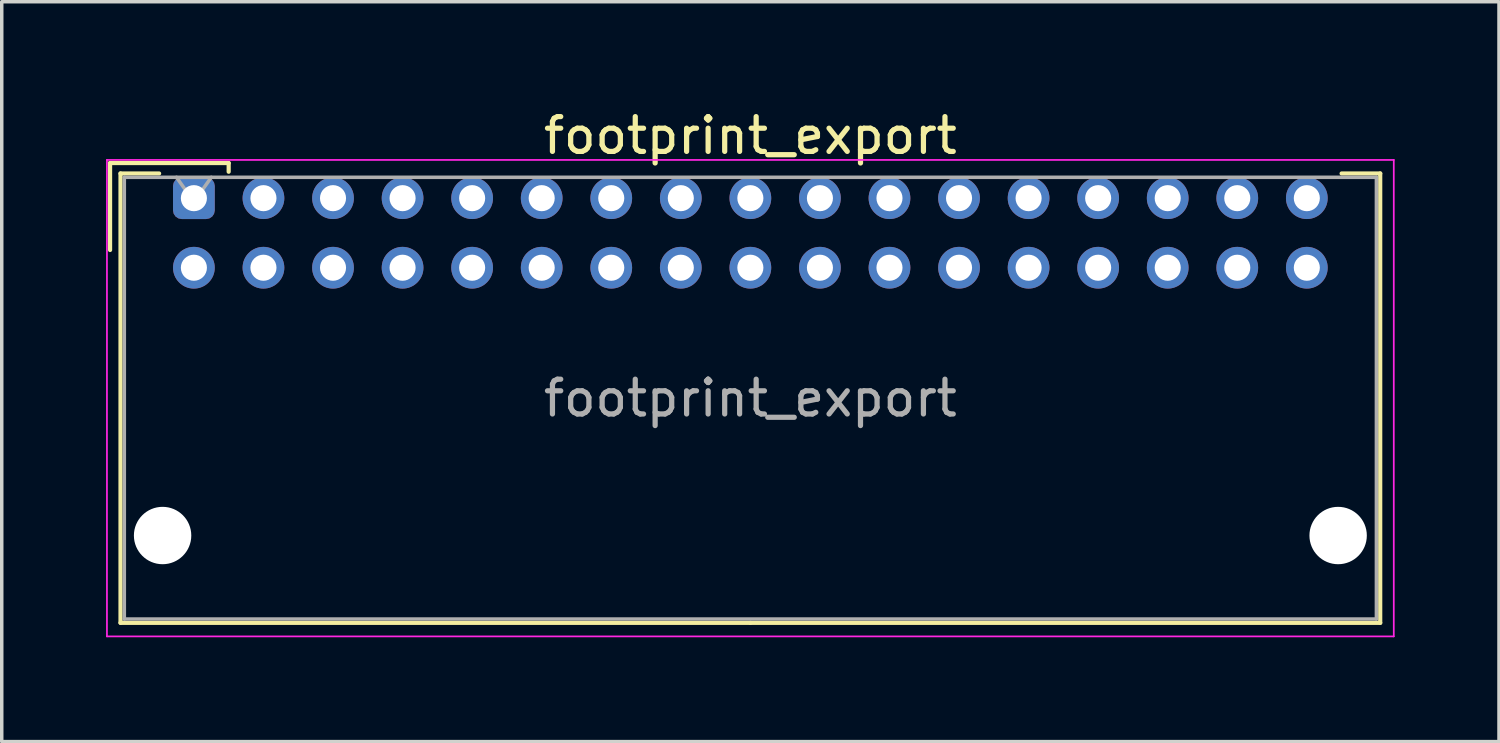
<source format=kicad_pcb>
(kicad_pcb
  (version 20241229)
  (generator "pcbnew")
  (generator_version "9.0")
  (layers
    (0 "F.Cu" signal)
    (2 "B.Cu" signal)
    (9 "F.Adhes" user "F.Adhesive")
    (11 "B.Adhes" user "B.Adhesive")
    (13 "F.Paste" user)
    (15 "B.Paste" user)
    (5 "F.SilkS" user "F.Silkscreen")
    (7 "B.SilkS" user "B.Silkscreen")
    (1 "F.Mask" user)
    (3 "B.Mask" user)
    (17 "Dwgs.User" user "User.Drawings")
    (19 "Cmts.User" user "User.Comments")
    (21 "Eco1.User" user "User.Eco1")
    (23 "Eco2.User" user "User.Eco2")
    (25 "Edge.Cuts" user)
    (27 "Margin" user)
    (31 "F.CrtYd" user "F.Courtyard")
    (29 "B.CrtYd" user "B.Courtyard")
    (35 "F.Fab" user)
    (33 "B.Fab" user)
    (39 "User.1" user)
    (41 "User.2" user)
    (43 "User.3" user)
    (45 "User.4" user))
  (footprint "footprint_export"
    (layer "F.Cu")
    (at 2.525 2.648)
    (property "Reference" "footprint_export" (at 16 -1.8 0) (layer "F.SilkS") (effects (font (size 1 1) (thickness 0.15))))
    (attr through_hole)
    (fp_line (start -2.41 -1.01) (end -2.41 1.49) (stroke (width 0.12) (type solid)) (layer "F.SilkS"))
    (fp_line (start -2.11 -0.71) (end -2.11 12.21) (stroke (width 0.12) (type solid)) (layer "F.SilkS"))
    (fp_line (start -2.11 12.21) (end 16 12.21) (stroke (width 0.12) (type solid)) (layer "F.SilkS"))
    (fp_line (start -1 -0.71) (end -2.11 -0.71) (stroke (width 0.12) (type solid)) (layer "F.SilkS"))
    (fp_line (start 1 -1.01) (end -2.41 -1.01) (stroke (width 0.12) (type solid)) (layer "F.SilkS"))
    (fp_line (start 1 -0.76) (end 1 -1.01) (stroke (width 0.12) (type solid)) (layer "F.SilkS"))
    (fp_line (start 33 -0.71) (end 34.11 -0.71) (stroke (width 0.12) (type solid)) (layer "F.SilkS"))
    (fp_line (start 34.11 -0.71) (end 34.11 12.21) (stroke (width 0.12) (type solid)) (layer "F.SilkS"))
    (fp_line (start 34.11 12.21) (end 16 12.21) (stroke (width 0.12) (type solid)) (layer "F.SilkS"))
    (fp_line (start -2.5 -1.1) (end -2.5 12.6) (stroke (width 0.05) (type solid)) (layer "F.CrtYd"))
    (fp_line (start -2.5 12.6) (end 34.5 12.6) (stroke (width 0.05) (type solid)) (layer "F.CrtYd"))
    (fp_line (start 34.5 -1.1) (end -2.5 -1.1) (stroke (width 0.05) (type solid)) (layer "F.CrtYd"))
    (fp_line (start 34.5 12.6) (end 34.5 -1.1) (stroke (width 0.05) (type solid)) (layer "F.CrtYd"))
    (fp_line (start -2 -0.6) (end -2 12.1) (stroke (width 0.1) (type solid)) (layer "F.Fab"))
    (fp_line (start -2 12.1) (end 34 12.1) (stroke (width 0.1) (type solid)) (layer "F.Fab"))
    (fp_line (start 0 0.107) (end -0.5 -0.6) (stroke (width 0.1) (type solid)) (layer "F.Fab"))
    (fp_line (start 0.5 -0.6) (end 0 0.107) (stroke (width 0.1) (type solid)) (layer "F.Fab"))
    (fp_line (start 34 -0.6) (end -2 -0.6) (stroke (width 0.1) (type solid)) (layer "F.Fab"))
    (fp_line (start 34 12.1) (end 34 -0.6) (stroke (width 0.1) (type solid)) (layer "F.Fab"))
    (fp_text user "${REFERENCE}" (at 16 5.75 0) (layer "F.Fab") (effects (font (size 1 1) (thickness 0.15))))
    (pad "" np_thru_hole circle (at -0.9 9.7) (size 1.65 1.65) (drill 1.65) (layers "*.Cu" "*.Mask"))
    (pad "" np_thru_hole circle (at 32.9 9.7) (size 1.65 1.65) (drill 1.65) (layers "*.Cu" "*.Mask"))
    (pad "1" thru_hole roundrect (at 0 0) (size 1.2 1.2) (drill 0.75) (layers "*.Cu" "*.Mask") (roundrect_rratio 0.208))
    (pad "2" thru_hole circle (at 0 2) (size 1.2 1.2) (drill 0.75) (layers "*.Cu" "*.Mask"))
    (pad "3" thru_hole circle (at 2 0) (size 1.2 1.2) (drill 0.75) (layers "*.Cu" "*.Mask"))
    (pad "4" thru_hole circle (at 2 2) (size 1.2 1.2) (drill 0.75) (layers "*.Cu" "*.Mask"))
    (pad "5" thru_hole circle (at 4 0) (size 1.2 1.2) (drill 0.75) (layers "*.Cu" "*.Mask"))
    (pad "6" thru_hole circle (at 4 2) (size 1.2 1.2) (drill 0.75) (layers "*.Cu" "*.Mask"))
    (pad "7" thru_hole circle (at 6 0) (size 1.2 1.2) (drill 0.75) (layers "*.Cu" "*.Mask"))
    (pad "8" thru_hole circle (at 6 2) (size 1.2 1.2) (drill 0.75) (layers "*.Cu" "*.Mask"))
    (pad "9" thru_hole circle (at 8 0) (size 1.2 1.2) (drill 0.75) (layers "*.Cu" "*.Mask"))
    (pad "10" thru_hole circle (at 8 2) (size 1.2 1.2) (drill 0.75) (layers "*.Cu" "*.Mask"))
    (pad "11" thru_hole circle (at 10 0) (size 1.2 1.2) (drill 0.75) (layers "*.Cu" "*.Mask"))
    (pad "12" thru_hole circle (at 10 2) (size 1.2 1.2) (drill 0.75) (layers "*.Cu" "*.Mask"))
    (pad "13" thru_hole circle (at 12 0) (size 1.2 1.2) (drill 0.75) (layers "*.Cu" "*.Mask"))
    (pad "14" thru_hole circle (at 12 2) (size 1.2 1.2) (drill 0.75) (layers "*.Cu" "*.Mask"))
    (pad "15" thru_hole circle (at 14 0) (size 1.2 1.2) (drill 0.75) (layers "*.Cu" "*.Mask"))
    (pad "16" thru_hole circle (at 14 2) (size 1.2 1.2) (drill 0.75) (layers "*.Cu" "*.Mask"))
    (pad "17" thru_hole circle (at 16 0) (size 1.2 1.2) (drill 0.75) (layers "*.Cu" "*.Mask"))
    (pad "18" thru_hole circle (at 16 2) (size 1.2 1.2) (drill 0.75) (layers "*.Cu" "*.Mask"))
    (pad "19" thru_hole circle (at 18 0) (size 1.2 1.2) (drill 0.75) (layers "*.Cu" "*.Mask"))
    (pad "20" thru_hole circle (at 18 2) (size 1.2 1.2) (drill 0.75) (layers "*.Cu" "*.Mask"))
    (pad "21" thru_hole circle (at 20 0) (size 1.2 1.2) (drill 0.75) (layers "*.Cu" "*.Mask"))
    (pad "22" thru_hole circle (at 20 2) (size 1.2 1.2) (drill 0.75) (layers "*.Cu" "*.Mask"))
    (pad "23" thru_hole circle (at 22 0) (size 1.2 1.2) (drill 0.75) (layers "*.Cu" "*.Mask"))
    (pad "24" thru_hole circle (at 22 2) (size 1.2 1.2) (drill 0.75) (layers "*.Cu" "*.Mask"))
    (pad "25" thru_hole circle (at 24 0) (size 1.2 1.2) (drill 0.75) (layers "*.Cu" "*.Mask"))
    (pad "26" thru_hole circle (at 24 2) (size 1.2 1.2) (drill 0.75) (layers "*.Cu" "*.Mask"))
    (pad "27" thru_hole circle (at 26 0) (size 1.2 1.2) (drill 0.75) (layers "*.Cu" "*.Mask"))
    (pad "28" thru_hole circle (at 26 2) (size 1.2 1.2) (drill 0.75) (layers "*.Cu" "*.Mask"))
    (pad "29" thru_hole circle (at 28 0) (size 1.2 1.2) (drill 0.75) (layers "*.Cu" "*.Mask"))
    (pad "30" thru_hole circle (at 28 2) (size 1.2 1.2) (drill 0.75) (layers "*.Cu" "*.Mask"))
    (pad "31" thru_hole circle (at 30 0) (size 1.2 1.2) (drill 0.75) (layers "*.Cu" "*.Mask"))
    (pad "32" thru_hole circle (at 30 2) (size 1.2 1.2) (drill 0.75) (layers "*.Cu" "*.Mask"))
    (pad "33" thru_hole circle (at 32 0) (size 1.2 1.2) (drill 0.75) (layers "*.Cu" "*.Mask"))
    (pad "34" thru_hole circle (at 32 2) (size 1.2 1.2) (drill 0.75) (layers "*.Cu" "*.Mask")))
  (gr_rect
    (start -3 -3)
    (end 40.05 18.273)
    (stroke (width 0.1) (type default))
    (fill no)
    (layer "Edge.Cuts")))
</source>
